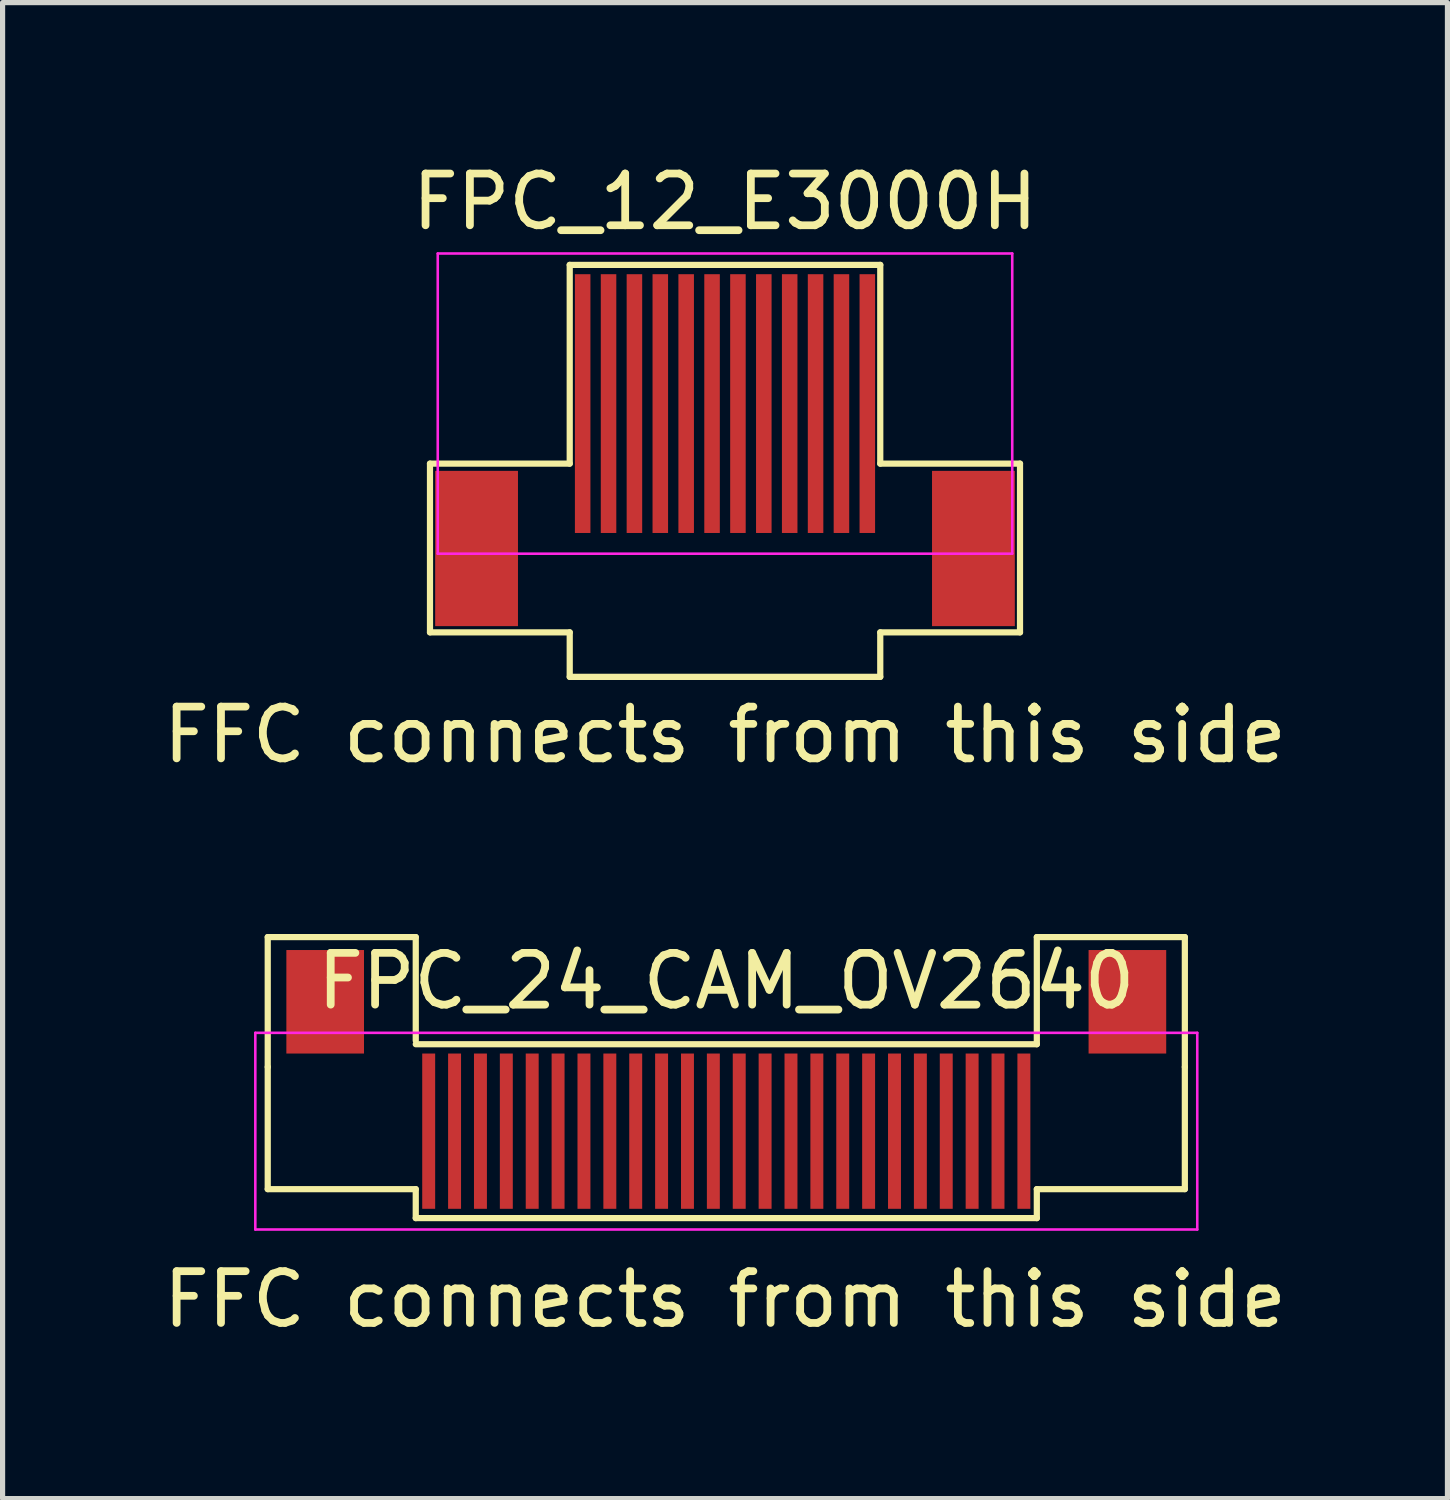
<source format=kicad_pcb>
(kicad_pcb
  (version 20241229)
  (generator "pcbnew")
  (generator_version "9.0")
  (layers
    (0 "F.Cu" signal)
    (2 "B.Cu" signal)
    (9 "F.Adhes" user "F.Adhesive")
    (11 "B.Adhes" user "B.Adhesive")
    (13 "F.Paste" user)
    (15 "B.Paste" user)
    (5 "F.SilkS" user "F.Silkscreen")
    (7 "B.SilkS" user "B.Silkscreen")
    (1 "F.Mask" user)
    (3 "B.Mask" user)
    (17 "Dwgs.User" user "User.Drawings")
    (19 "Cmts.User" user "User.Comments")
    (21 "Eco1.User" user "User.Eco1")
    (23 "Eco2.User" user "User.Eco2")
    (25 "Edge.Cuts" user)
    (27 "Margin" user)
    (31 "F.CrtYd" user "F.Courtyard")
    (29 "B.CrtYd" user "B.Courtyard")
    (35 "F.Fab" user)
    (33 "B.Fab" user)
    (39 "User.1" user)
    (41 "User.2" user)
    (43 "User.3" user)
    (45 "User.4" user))
  (footprint "FPC_12_E3000H"
    (layer "F.Cu")
    (at 10.958 4.748)
    (property "Reference" "FPC_12_E3000H" (at 0 -3.9 0) (layer "F.SilkS") (effects (font (size 1 1) (thickness 0.15))))
    (attr smd)
    (fp_line (start -5.7 1.16) (end -3 1.16) (stroke (width 0.12) (type solid)) (layer "F.SilkS"))
    (fp_line (start -5.7 4.42) (end -5.7 1.16) (stroke (width 0.12) (type solid)) (layer "F.SilkS"))
    (fp_line (start -5.7 4.42) (end -3 4.42) (stroke (width 0.12) (type solid)) (layer "F.SilkS"))
    (fp_line (start -3 -2.68) (end -3 1.16) (stroke (width 0.12) (type solid)) (layer "F.SilkS"))
    (fp_line (start -3 -2.68) (end 3 -2.68) (stroke (width 0.12) (type solid)) (layer "F.SilkS"))
    (fp_line (start -3 5.28) (end -3 4.42) (stroke (width 0.12) (type solid)) (layer "F.SilkS"))
    (fp_line (start -3 5.28) (end 3 5.28) (stroke (width 0.12) (type solid)) (layer "F.SilkS"))
    (fp_line (start 3 1.16) (end 3 -2.68) (stroke (width 0.12) (type solid)) (layer "F.SilkS"))
    (fp_line (start 3 1.16) (end 5.7 1.16) (stroke (width 0.12) (type solid)) (layer "F.SilkS"))
    (fp_line (start 3 4.42) (end 5.7 4.42) (stroke (width 0.12) (type solid)) (layer "F.SilkS"))
    (fp_line (start 3 5.28) (end 3 4.42) (stroke (width 0.12) (type solid)) (layer "F.SilkS"))
    (fp_line (start 5.7 4.42) (end 5.7 1.16) (stroke (width 0.12) (type solid)) (layer "F.SilkS"))
    (fp_line (start -5.55 -2.9) (end -5.55 2.9) (stroke (width 0.05) (type solid)) (layer "F.CrtYd"))
    (fp_line (start -5.55 -2.9) (end 5.55 -2.9) (stroke (width 0.05) (type solid)) (layer "F.CrtYd"))
    (fp_line (start -5.55 2.9) (end 5.55 2.9) (stroke (width 0.05) (type solid)) (layer "F.CrtYd"))
    (fp_line (start 5.55 -2.9) (end 5.55 2.9) (stroke (width 0.05) (type solid)) (layer "F.CrtYd"))
    (fp_text user "FFC connects from this side" (at 0 6.4 0) (layer "F.SilkS") (effects (font (size 1 1) (thickness 0.15))))
    (pad "0" smd rect (at -4.8 2.8) (size 1.6 3) (layers "F.Cu" "F.Mask" "F.Paste"))
    (pad "0" smd rect (at 4.8 2.8) (size 1.6 3) (layers "F.Cu" "F.Mask" "F.Paste"))
    (pad "1" smd rect (at 2.75 0 180) (size 0.3 5) (layers "F.Cu" "F.Mask" "F.Paste"))
    (pad "2" smd rect (at 2.25 0 180) (size 0.3 5) (layers "F.Cu" "F.Mask" "F.Paste"))
    (pad "3" smd rect (at 1.75 0 180) (size 0.3 5) (layers "F.Cu" "F.Mask" "F.Paste"))
    (pad "4" smd rect (at 1.25 0 180) (size 0.3 5) (layers "F.Cu" "F.Mask" "F.Paste"))
    (pad "5" smd rect (at 0.75 0 180) (size 0.3 5) (layers "F.Cu" "F.Mask" "F.Paste"))
    (pad "6" smd rect (at 0.25 0 180) (size 0.3 5) (layers "F.Cu" "F.Mask" "F.Paste"))
    (pad "7" smd rect (at -0.25 0 180) (size 0.3 5) (layers "F.Cu" "F.Mask" "F.Paste"))
    (pad "8" smd rect (at -0.75 0 180) (size 0.3 5) (layers "F.Cu" "F.Mask" "F.Paste"))
    (pad "9" smd rect (at -1.25 0 180) (size 0.3 5) (layers "F.Cu" "F.Mask" "F.Paste"))
    (pad "10" smd rect (at -1.75 0 180) (size 0.3 5) (layers "F.Cu" "F.Mask" "F.Paste"))
    (pad "11" smd rect (at -2.25 0 180) (size 0.3 5) (layers "F.Cu" "F.Mask" "F.Paste"))
    (pad "12" smd rect (at -2.75 0 180) (size 0.3 5) (layers "F.Cu" "F.Mask" "F.Paste")))
  (footprint "FPC_24_CAM_OV2640"
    (layer "F.Cu")
    (at 10.983 18.806)
    (property "Reference" "FPC_24_CAM_OV2640" (at 0 -2.9 0) (layer "F.SilkS") (effects (font (size 1 1) (thickness 0.15))))
    (attr smd)
    (fp_line (start -8.86 -3.75) (end -8.86 -1.24) (stroke (width 0.12) (type solid)) (layer "F.SilkS"))
    (fp_line (start -8.86 -3.75) (end -6 -3.75) (stroke (width 0.12) (type solid)) (layer "F.SilkS"))
    (fp_line (start -8.86 1.12) (end -8.86 -1.24) (stroke (width 0.12) (type solid)) (layer "F.SilkS"))
    (fp_line (start -6 -1.75) (end -6 -3.75) (stroke (width 0.12) (type solid)) (layer "F.SilkS"))
    (fp_line (start -6 -1.68) (end 6 -1.68) (stroke (width 0.12) (type solid)) (layer "F.SilkS"))
    (fp_line (start -6 1.12) (end -8.86 1.12) (stroke (width 0.12) (type solid)) (layer "F.SilkS"))
    (fp_line (start -6 1.68) (end -6 1.12) (stroke (width 0.12) (type solid)) (layer "F.SilkS"))
    (fp_line (start -6 1.68) (end 6 1.68) (stroke (width 0.12) (type solid)) (layer "F.SilkS"))
    (fp_line (start 6 -3.75) (end 6 -1.68) (stroke (width 0.12) (type solid)) (layer "F.SilkS"))
    (fp_line (start 6 1.12) (end 8.86 1.12) (stroke (width 0.12) (type solid)) (layer "F.SilkS"))
    (fp_line (start 6 1.68) (end 6 1.12) (stroke (width 0.12) (type solid)) (layer "F.SilkS"))
    (fp_line (start 8.86 -3.75) (end 6 -3.75) (stroke (width 0.12) (type solid)) (layer "F.SilkS"))
    (fp_line (start 8.86 -1.24) (end 8.86 -3.75) (stroke (width 0.12) (type solid)) (layer "F.SilkS"))
    (fp_line (start 8.86 1.12) (end 8.86 -1.24) (stroke (width 0.12) (type solid)) (layer "F.SilkS"))
    (fp_line (start -9.1 -1.9) (end -9.1 1.9) (stroke (width 0.05) (type solid)) (layer "F.CrtYd"))
    (fp_line (start -9.1 -1.9) (end 9.1 -1.9) (stroke (width 0.05) (type solid)) (layer "F.CrtYd"))
    (fp_line (start -9.1 1.9) (end 9.1 1.9) (stroke (width 0.05) (type solid)) (layer "F.CrtYd"))
    (fp_line (start 9.1 -1.9) (end 9.1 1.9) (stroke (width 0.05) (type solid)) (layer "F.CrtYd"))
    (fp_text user "FFC connects from this side" (at -0.025 3.25 180) (layer "F.SilkS") (effects (font (size 1 1) (thickness 0.15))))
    (pad "0" smd rect (at -7.75 -2.5) (size 1.5 2) (layers "F.Cu" "F.Mask" "F.Paste"))
    (pad "0" smd rect (at 7.75 -2.5) (size 1.5 2) (layers "F.Cu" "F.Mask" "F.Paste"))
    (pad "1" smd rect (at 5.75 0 180) (size 0.25 3) (layers "F.Cu" "F.Mask" "F.Paste"))
    (pad "2" smd rect (at 5.25 0 180) (size 0.25 3) (layers "F.Cu" "F.Mask" "F.Paste"))
    (pad "3" smd rect (at 4.75 0 180) (size 0.25 3) (layers "F.Cu" "F.Mask" "F.Paste"))
    (pad "4" smd rect (at 4.25 0 180) (size 0.25 3) (layers "F.Cu" "F.Mask" "F.Paste"))
    (pad "5" smd rect (at 3.75 0 180) (size 0.25 3) (layers "F.Cu" "F.Mask" "F.Paste"))
    (pad "6" smd rect (at 3.25 0 180) (size 0.25 3) (layers "F.Cu" "F.Mask" "F.Paste"))
    (pad "7" smd rect (at 2.75 0 180) (size 0.25 3) (layers "F.Cu" "F.Mask" "F.Paste"))
    (pad "8" smd rect (at 2.25 0 180) (size 0.25 3) (layers "F.Cu" "F.Mask" "F.Paste"))
    (pad "9" smd rect (at 1.75 0 180) (size 0.25 3) (layers "F.Cu" "F.Mask" "F.Paste"))
    (pad "10" smd rect (at 1.25 0 180) (size 0.25 3) (layers "F.Cu" "F.Mask" "F.Paste"))
    (pad "11" smd rect (at 0.75 0 180) (size 0.25 3) (layers "F.Cu" "F.Mask" "F.Paste"))
    (pad "12" smd rect (at 0.25 0 180) (size 0.25 3) (layers "F.Cu" "F.Mask" "F.Paste"))
    (pad "13" smd rect (at -0.25 0 180) (size 0.25 3) (layers "F.Cu" "F.Mask" "F.Paste"))
    (pad "14" smd rect (at -0.75 0 180) (size 0.25 3) (layers "F.Cu" "F.Mask" "F.Paste"))
    (pad "15" smd rect (at -1.25 0 180) (size 0.25 3) (layers "F.Cu" "F.Mask" "F.Paste"))
    (pad "16" smd rect (at -1.75 0 180) (size 0.25 3) (layers "F.Cu" "F.Mask" "F.Paste"))
    (pad "17" smd rect (at -2.25 0 180) (size 0.25 3) (layers "F.Cu" "F.Mask" "F.Paste"))
    (pad "18" smd rect (at -2.75 0 180) (size 0.25 3) (layers "F.Cu" "F.Mask" "F.Paste"))
    (pad "19" smd rect (at -3.25 0 180) (size 0.25 3) (layers "F.Cu" "F.Mask" "F.Paste"))
    (pad "20" smd rect (at -3.75 0 180) (size 0.25 3) (layers "F.Cu" "F.Mask" "F.Paste"))
    (pad "21" smd rect (at -4.25 0 180) (size 0.25 3) (layers "F.Cu" "F.Mask" "F.Paste"))
    (pad "22" smd rect (at -4.75 0 180) (size 0.25 3) (layers "F.Cu" "F.Mask" "F.Paste"))
    (pad "23" smd rect (at -5.25 0 180) (size 0.25 3) (layers "F.Cu" "F.Mask" "F.Paste"))
    (pad "24" smd rect (at -5.75 0 180) (size 0.25 3) (layers "F.Cu" "F.Mask" "F.Paste")))
  (gr_rect
    (start -3 -3)
    (end 24.917 25.905)
    (stroke (width 0.1) (type default))
    (fill no)
    (layer "Edge.Cuts")))
</source>
